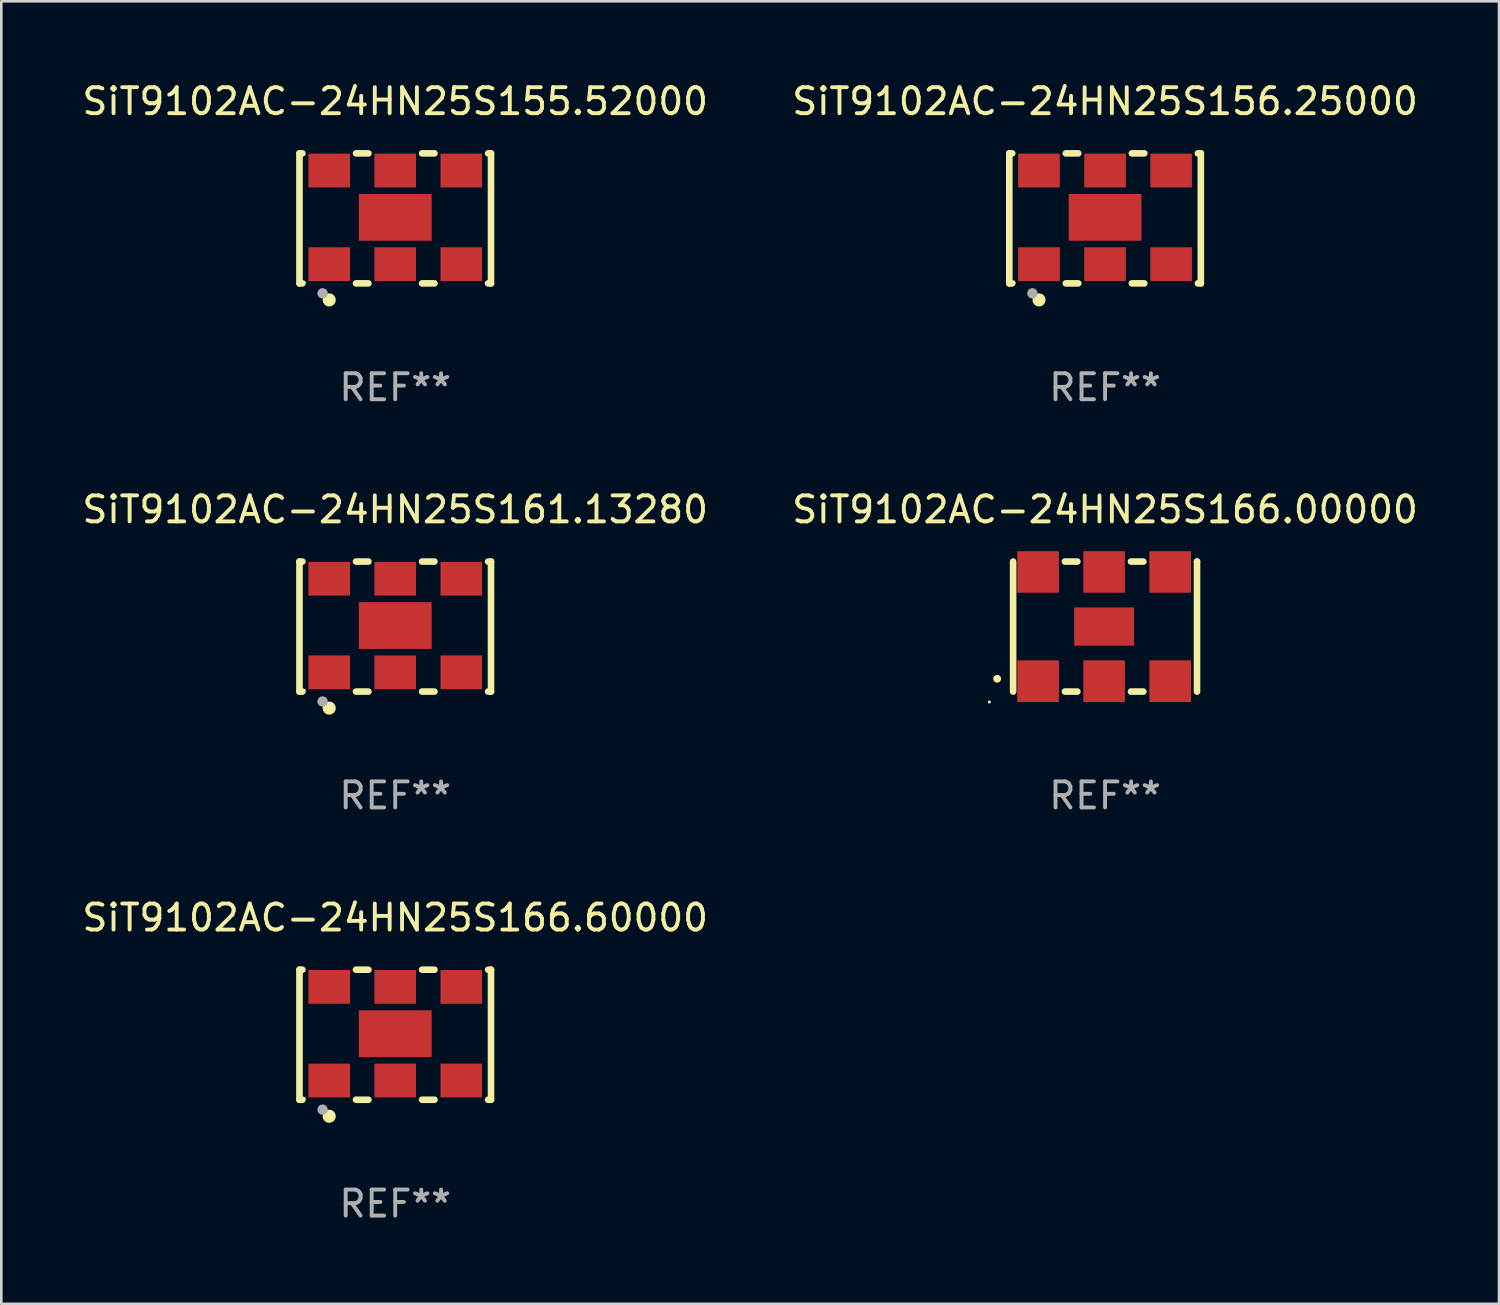
<source format=kicad_pcb>
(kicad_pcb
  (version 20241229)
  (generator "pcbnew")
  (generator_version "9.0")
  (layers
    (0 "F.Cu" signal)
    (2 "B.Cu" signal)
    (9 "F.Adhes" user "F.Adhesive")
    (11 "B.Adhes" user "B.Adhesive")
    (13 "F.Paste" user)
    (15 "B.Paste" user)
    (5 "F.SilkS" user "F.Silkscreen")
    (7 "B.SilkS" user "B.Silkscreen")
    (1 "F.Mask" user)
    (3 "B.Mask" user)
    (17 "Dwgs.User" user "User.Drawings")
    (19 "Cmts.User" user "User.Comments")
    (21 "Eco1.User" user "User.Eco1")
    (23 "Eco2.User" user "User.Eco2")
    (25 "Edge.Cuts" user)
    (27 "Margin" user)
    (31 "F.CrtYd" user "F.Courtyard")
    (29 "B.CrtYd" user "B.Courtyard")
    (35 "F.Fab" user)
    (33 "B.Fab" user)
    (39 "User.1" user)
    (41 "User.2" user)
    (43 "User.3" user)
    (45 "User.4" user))
  (footprint "SiT9102AC-24HN25S161.13280"
    (layer "F.Cu")
    (at 12.149 21.045)
    (property "Reference" "SiT9102AC-24HN25S161.13280" (at 0 -4.5 0) (layer "F.SilkS") (effects (font (size 1 1) (thickness 0.15))))
    (attr through_hole)
    (fp_line (start -3.683 -2.5) (end -3.571 -2.5) (stroke (width 0.254) (type solid)) (layer "F.SilkS"))
    (fp_line (start -3.683 2.5) (end -3.683 -2.5) (stroke (width 0.254) (type solid)) (layer "F.SilkS"))
    (fp_line (start -3.683 2.5) (end -3.571 2.5) (stroke (width 0.254) (type solid)) (layer "F.SilkS"))
    (fp_line (start -1.509 -2.5) (end -1.031 -2.5) (stroke (width 0.254) (type solid)) (layer "F.SilkS"))
    (fp_line (start -1.509 2.5) (end -1.031 2.5) (stroke (width 0.254) (type solid)) (layer "F.SilkS"))
    (fp_line (start 1.031 -2.5) (end 1.509 -2.5) (stroke (width 0.254) (type solid)) (layer "F.SilkS"))
    (fp_line (start 1.031 2.5) (end 1.509 2.5) (stroke (width 0.254) (type solid)) (layer "F.SilkS"))
    (fp_line (start 3.571 -2.5) (end 3.683 -2.5) (stroke (width 0.254) (type solid)) (layer "F.SilkS"))
    (fp_line (start 3.571 2.5) (end 3.683 2.5) (stroke (width 0.254) (type solid)) (layer "F.SilkS"))
    (fp_line (start 3.683 2.5) (end 3.683 -2.5) (stroke (width 0.254) (type solid)) (layer "F.SilkS"))
    (fp_circle (center -3.5 2.46) (end -3.47 2.46) (stroke (width 0.06) (type solid)) (fill no) (layer "F.SilkS"))
    (fp_circle (center -2.54 3.135) (end -2.413 3.135) (stroke (width 0.254) (type solid)) (fill no) (layer "F.SilkS"))
    (fp_circle (center -2.794 2.881) (end -2.694 2.881) (stroke (width 0.2) (type solid)) (fill no) (layer "F.Fab"))
    (fp_text user "REF**" (at 0 6.5 0) (layer "F.Fab") (effects (font (size 1 1) (thickness 0.15))))
    (pad "1" smd rect (at -2.54 1.76) (size 1.6 1.3) (layers "F.Cu" "F.Mask" "F.Paste"))
    (pad "2" smd rect (at 0 1.76) (size 1.6 1.3) (layers "F.Cu" "F.Mask" "F.Paste"))
    (pad "3" smd rect (at 2.54 1.76) (size 1.6 1.3) (layers "F.Cu" "F.Mask" "F.Paste"))
    (pad "4" smd rect (at 2.54 -1.84) (size 1.6 1.3) (layers "F.Cu" "F.Mask" "F.Paste"))
    (pad "5" smd rect (at 0 -1.84) (size 1.6 1.3) (layers "F.Cu" "F.Mask" "F.Paste"))
    (pad "6" smd rect (at -2.54 -1.84) (size 1.6 1.3) (layers "F.Cu" "F.Mask" "F.Paste"))
    (pad "7" smd rect (at 0 -0.04) (size 2.8 1.8) (layers "F.Cu" "F.Mask" "F.Paste")))
  (footprint "SiT9102AC-24HN25S166.60000"
    (layer "F.Cu")
    (at 12.149 36.741)
    (property "Reference" "SiT9102AC-24HN25S166.60000" (at 0 -4.5 0) (layer "F.SilkS") (effects (font (size 1 1) (thickness 0.15))))
    (attr through_hole)
    (fp_line (start -3.683 -2.5) (end -3.571 -2.5) (stroke (width 0.254) (type solid)) (layer "F.SilkS"))
    (fp_line (start -3.683 2.5) (end -3.683 -2.5) (stroke (width 0.254) (type solid)) (layer "F.SilkS"))
    (fp_line (start -3.683 2.5) (end -3.571 2.5) (stroke (width 0.254) (type solid)) (layer "F.SilkS"))
    (fp_line (start -1.509 -2.5) (end -1.031 -2.5) (stroke (width 0.254) (type solid)) (layer "F.SilkS"))
    (fp_line (start -1.509 2.5) (end -1.031 2.5) (stroke (width 0.254) (type solid)) (layer "F.SilkS"))
    (fp_line (start 1.031 -2.5) (end 1.509 -2.5) (stroke (width 0.254) (type solid)) (layer "F.SilkS"))
    (fp_line (start 1.031 2.5) (end 1.509 2.5) (stroke (width 0.254) (type solid)) (layer "F.SilkS"))
    (fp_line (start 3.571 -2.5) (end 3.683 -2.5) (stroke (width 0.254) (type solid)) (layer "F.SilkS"))
    (fp_line (start 3.571 2.5) (end 3.683 2.5) (stroke (width 0.254) (type solid)) (layer "F.SilkS"))
    (fp_line (start 3.683 2.5) (end 3.683 -2.5) (stroke (width 0.254) (type solid)) (layer "F.SilkS"))
    (fp_circle (center -3.5 2.46) (end -3.47 2.46) (stroke (width 0.06) (type solid)) (fill no) (layer "F.SilkS"))
    (fp_circle (center -2.54 3.135) (end -2.413 3.135) (stroke (width 0.254) (type solid)) (fill no) (layer "F.SilkS"))
    (fp_circle (center -2.794 2.881) (end -2.694 2.881) (stroke (width 0.2) (type solid)) (fill no) (layer "F.Fab"))
    (fp_text user "REF**" (at 0 6.5 0) (layer "F.Fab") (effects (font (size 1 1) (thickness 0.15))))
    (pad "1" smd rect (at -2.54 1.76) (size 1.6 1.3) (layers "F.Cu" "F.Mask" "F.Paste"))
    (pad "2" smd rect (at 0 1.76) (size 1.6 1.3) (layers "F.Cu" "F.Mask" "F.Paste"))
    (pad "3" smd rect (at 2.54 1.76) (size 1.6 1.3) (layers "F.Cu" "F.Mask" "F.Paste"))
    (pad "4" smd rect (at 2.54 -1.84) (size 1.6 1.3) (layers "F.Cu" "F.Mask" "F.Paste"))
    (pad "5" smd rect (at 0 -1.84) (size 1.6 1.3) (layers "F.Cu" "F.Mask" "F.Paste"))
    (pad "6" smd rect (at -2.54 -1.84) (size 1.6 1.3) (layers "F.Cu" "F.Mask" "F.Paste"))
    (pad "7" smd rect (at 0 -0.04) (size 2.8 1.8) (layers "F.Cu" "F.Mask" "F.Paste")))
  (footprint "SiT9102AC-24HN25S155.52000"
    (layer "F.Cu")
    (at 12.149 5.348)
    (property "Reference" "SiT9102AC-24HN25S155.52000" (at 0 -4.5 0) (layer "F.SilkS") (effects (font (size 1 1) (thickness 0.15))))
    (attr through_hole)
    (fp_line (start -3.683 -2.5) (end -3.571 -2.5) (stroke (width 0.254) (type solid)) (layer "F.SilkS"))
    (fp_line (start -3.683 2.5) (end -3.683 -2.5) (stroke (width 0.254) (type solid)) (layer "F.SilkS"))
    (fp_line (start -3.683 2.5) (end -3.571 2.5) (stroke (width 0.254) (type solid)) (layer "F.SilkS"))
    (fp_line (start -1.509 -2.5) (end -1.031 -2.5) (stroke (width 0.254) (type solid)) (layer "F.SilkS"))
    (fp_line (start -1.509 2.5) (end -1.031 2.5) (stroke (width 0.254) (type solid)) (layer "F.SilkS"))
    (fp_line (start 1.031 -2.5) (end 1.509 -2.5) (stroke (width 0.254) (type solid)) (layer "F.SilkS"))
    (fp_line (start 1.031 2.5) (end 1.509 2.5) (stroke (width 0.254) (type solid)) (layer "F.SilkS"))
    (fp_line (start 3.571 -2.5) (end 3.683 -2.5) (stroke (width 0.254) (type solid)) (layer "F.SilkS"))
    (fp_line (start 3.571 2.5) (end 3.683 2.5) (stroke (width 0.254) (type solid)) (layer "F.SilkS"))
    (fp_line (start 3.683 2.5) (end 3.683 -2.5) (stroke (width 0.254) (type solid)) (layer "F.SilkS"))
    (fp_circle (center -3.5 2.46) (end -3.47 2.46) (stroke (width 0.06) (type solid)) (fill no) (layer "F.SilkS"))
    (fp_circle (center -2.54 3.135) (end -2.413 3.135) (stroke (width 0.254) (type solid)) (fill no) (layer "F.SilkS"))
    (fp_circle (center -2.794 2.881) (end -2.694 2.881) (stroke (width 0.2) (type solid)) (fill no) (layer "F.Fab"))
    (fp_text user "REF**" (at 0 6.5 0) (layer "F.Fab") (effects (font (size 1 1) (thickness 0.15))))
    (pad "1" smd rect (at -2.54 1.76) (size 1.6 1.3) (layers "F.Cu" "F.Mask" "F.Paste"))
    (pad "2" smd rect (at 0 1.76) (size 1.6 1.3) (layers "F.Cu" "F.Mask" "F.Paste"))
    (pad "3" smd rect (at 2.54 1.76) (size 1.6 1.3) (layers "F.Cu" "F.Mask" "F.Paste"))
    (pad "4" smd rect (at 2.54 -1.84) (size 1.6 1.3) (layers "F.Cu" "F.Mask" "F.Paste"))
    (pad "5" smd rect (at 0 -1.84) (size 1.6 1.3) (layers "F.Cu" "F.Mask" "F.Paste"))
    (pad "6" smd rect (at -2.54 -1.84) (size 1.6 1.3) (layers "F.Cu" "F.Mask" "F.Paste"))
    (pad "7" smd rect (at 0 -0.04) (size 2.8 1.8) (layers "F.Cu" "F.Mask" "F.Paste")))
  (footprint "SiT9102AC-24HN25S156.25000"
    (layer "F.Cu")
    (at 39.446 5.348)
    (property "Reference" "SiT9102AC-24HN25S156.25000" (at 0 -4.5 0) (layer "F.SilkS") (effects (font (size 1 1) (thickness 0.15))))
    (attr through_hole)
    (fp_line (start -3.683 -2.5) (end -3.571 -2.5) (stroke (width 0.254) (type solid)) (layer "F.SilkS"))
    (fp_line (start -3.683 2.5) (end -3.683 -2.5) (stroke (width 0.254) (type solid)) (layer "F.SilkS"))
    (fp_line (start -3.683 2.5) (end -3.571 2.5) (stroke (width 0.254) (type solid)) (layer "F.SilkS"))
    (fp_line (start -1.509 -2.5) (end -1.031 -2.5) (stroke (width 0.254) (type solid)) (layer "F.SilkS"))
    (fp_line (start -1.509 2.5) (end -1.031 2.5) (stroke (width 0.254) (type solid)) (layer "F.SilkS"))
    (fp_line (start 1.031 -2.5) (end 1.509 -2.5) (stroke (width 0.254) (type solid)) (layer "F.SilkS"))
    (fp_line (start 1.031 2.5) (end 1.509 2.5) (stroke (width 0.254) (type solid)) (layer "F.SilkS"))
    (fp_line (start 3.571 -2.5) (end 3.683 -2.5) (stroke (width 0.254) (type solid)) (layer "F.SilkS"))
    (fp_line (start 3.571 2.5) (end 3.683 2.5) (stroke (width 0.254) (type solid)) (layer "F.SilkS"))
    (fp_line (start 3.683 2.5) (end 3.683 -2.5) (stroke (width 0.254) (type solid)) (layer "F.SilkS"))
    (fp_circle (center -3.5 2.46) (end -3.47 2.46) (stroke (width 0.06) (type solid)) (fill no) (layer "F.SilkS"))
    (fp_circle (center -2.54 3.135) (end -2.413 3.135) (stroke (width 0.254) (type solid)) (fill no) (layer "F.SilkS"))
    (fp_circle (center -2.794 2.881) (end -2.694 2.881) (stroke (width 0.2) (type solid)) (fill no) (layer "F.Fab"))
    (fp_text user "REF**" (at 0 6.5 0) (layer "F.Fab") (effects (font (size 1 1) (thickness 0.15))))
    (pad "1" smd rect (at -2.54 1.76) (size 1.6 1.3) (layers "F.Cu" "F.Mask" "F.Paste"))
    (pad "2" smd rect (at 0 1.76) (size 1.6 1.3) (layers "F.Cu" "F.Mask" "F.Paste"))
    (pad "3" smd rect (at 2.54 1.76) (size 1.6 1.3) (layers "F.Cu" "F.Mask" "F.Paste"))
    (pad "4" smd rect (at 2.54 -1.84) (size 1.6 1.3) (layers "F.Cu" "F.Mask" "F.Paste"))
    (pad "5" smd rect (at 0 -1.84) (size 1.6 1.3) (layers "F.Cu" "F.Mask" "F.Paste"))
    (pad "6" smd rect (at -2.54 -1.84) (size 1.6 1.3) (layers "F.Cu" "F.Mask" "F.Paste"))
    (pad "7" smd rect (at 0 -0.04) (size 2.8 1.8) (layers "F.Cu" "F.Mask" "F.Paste")))
  (footprint "SiT9102AC-24HN25S166.00000"
    (layer "F.Cu")
    (at 39.446 21.045)
    (property "Reference" "SiT9102AC-24HN25S166.00000" (at 0 -4.5 0) (layer "F.SilkS") (effects (font (size 1 1) (thickness 0.15))))
    (attr through_hole)
    (fp_line (start -3.536 -2.5) (end -3.536 2.5) (stroke (width 0.254) (type solid)) (layer "F.SilkS"))
    (fp_line (start -1.544 2.5) (end -1.067 2.5) (stroke (width 0.254) (type solid)) (layer "F.SilkS"))
    (fp_line (start -1.067 -2.5) (end -1.544 -2.5) (stroke (width 0.254) (type solid)) (layer "F.SilkS"))
    (fp_line (start 0.996 2.5) (end 1.473 2.5) (stroke (width 0.254) (type solid)) (layer "F.SilkS"))
    (fp_line (start 1.473 -2.5) (end 0.996 -2.5) (stroke (width 0.254) (type solid)) (layer "F.SilkS"))
    (fp_line (start 3.536 -2.5) (end 3.536 -2.5) (stroke (width 0.254) (type solid)) (layer "F.SilkS"))
    (fp_line (start 3.536 2.5) (end 3.536 -2.5) (stroke (width 0.254) (type solid)) (layer "F.SilkS"))
    (fp_arc (start -4.150432 2.006604) (mid -4.149162 2.006599) (end -4.147892 2.006604) (stroke (width 0.3) (type solid)) (layer "F.SilkS"))
    (fp_circle (center -4.449 2.9) (end -4.419 2.9) (stroke (width 0.06) (type solid)) (fill no) (layer "F.SilkS"))
    (fp_text user "REF**" (at 0 6.5 0) (layer "F.Fab") (effects (font (size 1 1) (thickness 0.15))))
    (pad "1" smd rect (at -2.576 2.1) (size 1.6 1.6) (layers "F.Cu" "F.Mask" "F.Paste"))
    (pad "2" smd rect (at -0.036 2.1) (size 1.6 1.6) (layers "F.Cu" "F.Mask" "F.Paste"))
    (pad "3" smd rect (at 2.504 2.1) (size 1.6 1.6) (layers "F.Cu" "F.Mask" "F.Paste"))
    (pad "4" smd rect (at 2.504 -2.1) (size 1.6 1.6) (layers "F.Cu" "F.Mask" "F.Paste"))
    (pad "5" smd rect (at -0.036 -2.1) (size 1.6 1.6) (layers "F.Cu" "F.Mask" "F.Paste"))
    (pad "6" smd rect (at -2.576 -2.1) (size 1.6 1.6) (layers "F.Cu" "F.Mask" "F.Paste"))
    (pad "7" smd rect (at -0.036 0) (size 2.3 1.47) (layers "F.Cu" "F.Mask" "F.Paste")))
  (gr_rect
    (start -3 -3)
    (end 54.595 47.09)
    (stroke (width 0.1) (type default))
    (fill no)
    (layer "Edge.Cuts")))
</source>
